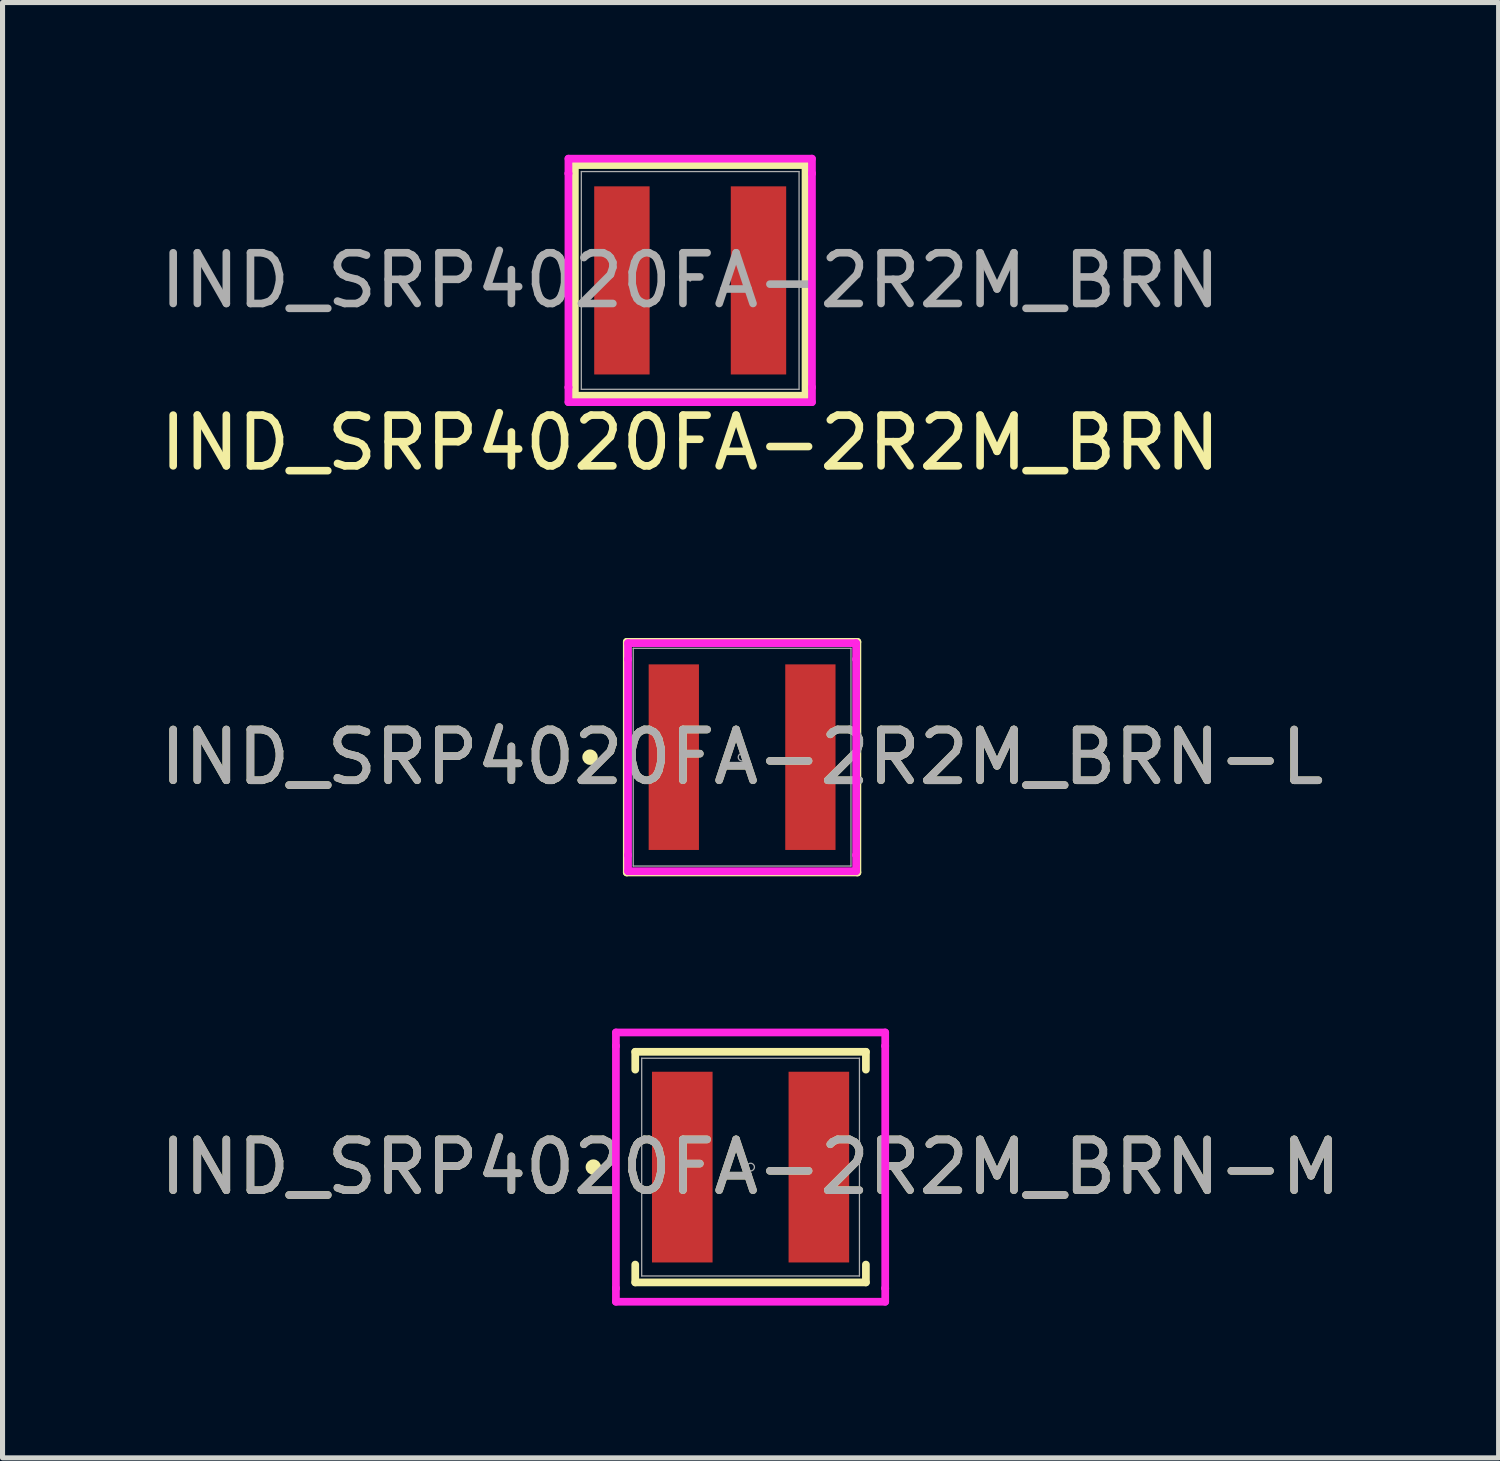
<source format=kicad_pcb>
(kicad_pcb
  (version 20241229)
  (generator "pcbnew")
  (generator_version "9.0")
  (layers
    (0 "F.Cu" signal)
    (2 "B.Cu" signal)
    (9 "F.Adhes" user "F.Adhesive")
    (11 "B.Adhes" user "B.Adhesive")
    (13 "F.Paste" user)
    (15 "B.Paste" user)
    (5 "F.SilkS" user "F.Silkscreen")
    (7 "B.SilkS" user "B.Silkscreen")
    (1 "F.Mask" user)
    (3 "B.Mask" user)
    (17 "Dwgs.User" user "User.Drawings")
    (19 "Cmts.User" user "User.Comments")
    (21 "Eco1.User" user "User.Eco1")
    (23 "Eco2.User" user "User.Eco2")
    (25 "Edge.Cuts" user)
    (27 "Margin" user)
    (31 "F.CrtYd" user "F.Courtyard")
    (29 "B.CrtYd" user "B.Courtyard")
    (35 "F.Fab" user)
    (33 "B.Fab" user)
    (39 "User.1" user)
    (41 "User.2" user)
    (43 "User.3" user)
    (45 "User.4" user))
  (footprint "IND_SRP4020FA-2R2M_BRN"
    (layer "F.Cu")
    (at 10.554 2.477)
    (property "Reference" "IND_SRP4020FA-2R2M_BRN" (at 0 3.2 0) (unlocked yes) (layer "F.SilkS") (effects (font (size 1 1) (thickness 0.15))))
    (attr smd)
    (fp_line (start -2.273 -2.273) (end -2.273 2.273) (stroke (width 0.152) (type solid)) (layer "F.SilkS"))
    (fp_line (start -2.273 2.273) (end 2.273 2.273) (stroke (width 0.152) (type solid)) (layer "F.SilkS"))
    (fp_line (start 2.273 -2.273) (end -2.273 -2.273) (stroke (width 0.152) (type solid)) (layer "F.SilkS"))
    (fp_line (start 2.273 2.273) (end 2.273 -2.273) (stroke (width 0.152) (type solid)) (layer "F.SilkS"))
    (fp_line (start -2.4 -2.4) (end 2.4 -2.4) (stroke (width 0.152) (type solid)) (layer "F.CrtYd"))
    (fp_line (start -2.4 -2.108) (end -2.4 -2.4) (stroke (width 0.152) (type solid)) (layer "F.CrtYd"))
    (fp_line (start -2.4 -2.108) (end -2.4 -2.108) (stroke (width 0.152) (type solid)) (layer "F.CrtYd"))
    (fp_line (start -2.4 2.108) (end -2.4 -2.108) (stroke (width 0.152) (type solid)) (layer "F.CrtYd"))
    (fp_line (start -2.4 2.108) (end -2.4 2.108) (stroke (width 0.152) (type solid)) (layer "F.CrtYd"))
    (fp_line (start -2.4 2.4) (end -2.4 2.108) (stroke (width 0.152) (type solid)) (layer "F.CrtYd"))
    (fp_line (start 2.4 -2.4) (end 2.4 -2.108) (stroke (width 0.152) (type solid)) (layer "F.CrtYd"))
    (fp_line (start 2.4 -2.108) (end 2.4 -2.108) (stroke (width 0.152) (type solid)) (layer "F.CrtYd"))
    (fp_line (start 2.4 -2.108) (end 2.4 2.108) (stroke (width 0.152) (type solid)) (layer "F.CrtYd"))
    (fp_line (start 2.4 2.108) (end 2.4 2.108) (stroke (width 0.152) (type solid)) (layer "F.CrtYd"))
    (fp_line (start 2.4 2.108) (end 2.4 2.4) (stroke (width 0.152) (type solid)) (layer "F.CrtYd"))
    (fp_line (start 2.4 2.4) (end -2.4 2.4) (stroke (width 0.152) (type solid)) (layer "F.CrtYd"))
    (fp_line (start -2.146 -2.146) (end -2.146 2.146) (stroke (width 0.025) (type solid)) (layer "F.Fab"))
    (fp_line (start -2.146 2.146) (end 2.146 2.146) (stroke (width 0.025) (type solid)) (layer "F.Fab"))
    (fp_line (start 2.146 -2.146) (end -2.146 -2.146) (stroke (width 0.025) (type solid)) (layer "F.Fab"))
    (fp_line (start 2.146 2.146) (end 2.146 -2.146) (stroke (width 0.025) (type solid)) (layer "F.Fab"))
    (fp_circle (center 0 0) (end 0 0) (stroke (width 0.025) (type solid)) (fill no) (layer "F.Fab"))
    (fp_text user "${REFERENCE}" (at 0 0 0) (unlocked yes) (layer "F.Fab") (effects (font (size 1 1) (thickness 0.15))))
    (pad "1" smd rect (at -1.346 0) (size 1.092 3.708) (layers "F.Cu" "F.Mask" "F.Paste"))
    (pad "2" smd rect (at 1.346 0) (size 1.092 3.708) (layers "F.Cu" "F.Mask" "F.Paste")))
  (footprint "IND_SRP4020FA-2R2M_BRN-L"
    (layer "F.Cu")
    (at 11.577 11.874)
    (property "Reference" "IND_SRP4020FA-2R2M_BRN-L" (at 0 0 0) (unlocked yes) (layer "F.SilkS") (effects (font (size 1 1) (thickness 0.15))))
    (attr smd)
    (fp_line (start -2.273 -2.273) (end -2.273 2.273) (stroke (width 0.152) (type solid)) (layer "F.SilkS"))
    (fp_line (start -2.273 2.273) (end 2.273 2.273) (stroke (width 0.152) (type solid)) (layer "F.SilkS"))
    (fp_line (start 2.273 -2.273) (end -2.273 -2.273) (stroke (width 0.152) (type solid)) (layer "F.SilkS"))
    (fp_line (start 2.273 2.273) (end 2.273 -2.273) (stroke (width 0.152) (type solid)) (layer "F.SilkS"))
    (fp_circle (center -2.997 0) (end -2.921 0) (stroke (width 0.152) (type solid)) (fill no) (layer "F.SilkS"))
    (fp_line (start -2.248 -2.248) (end 2.248 -2.248) (stroke (width 0.152) (type solid)) (layer "F.CrtYd"))
    (fp_line (start -2.248 -1.93) (end -2.248 -2.248) (stroke (width 0.152) (type solid)) (layer "F.CrtYd"))
    (fp_line (start -2.248 -1.93) (end -2.248 -1.93) (stroke (width 0.152) (type solid)) (layer "F.CrtYd"))
    (fp_line (start -2.248 1.93) (end -2.248 -1.93) (stroke (width 0.152) (type solid)) (layer "F.CrtYd"))
    (fp_line (start -2.248 1.93) (end -2.248 1.93) (stroke (width 0.152) (type solid)) (layer "F.CrtYd"))
    (fp_line (start -2.248 2.248) (end -2.248 1.93) (stroke (width 0.152) (type solid)) (layer "F.CrtYd"))
    (fp_line (start 2.248 -2.248) (end 2.248 -1.93) (stroke (width 0.152) (type solid)) (layer "F.CrtYd"))
    (fp_line (start 2.248 -1.93) (end 2.248 -1.93) (stroke (width 0.152) (type solid)) (layer "F.CrtYd"))
    (fp_line (start 2.248 -1.93) (end 2.248 1.93) (stroke (width 0.152) (type solid)) (layer "F.CrtYd"))
    (fp_line (start 2.248 1.93) (end 2.248 1.93) (stroke (width 0.152) (type solid)) (layer "F.CrtYd"))
    (fp_line (start 2.248 1.93) (end 2.248 2.248) (stroke (width 0.152) (type solid)) (layer "F.CrtYd"))
    (fp_line (start 2.248 2.248) (end -2.248 2.248) (stroke (width 0.152) (type solid)) (layer "F.CrtYd"))
    (fp_line (start -2.146 -2.146) (end -2.146 2.146) (stroke (width 0.025) (type solid)) (layer "F.Fab"))
    (fp_line (start -2.146 2.146) (end 2.146 2.146) (stroke (width 0.025) (type solid)) (layer "F.Fab"))
    (fp_line (start 2.146 -2.146) (end -2.146 -2.146) (stroke (width 0.025) (type solid)) (layer "F.Fab"))
    (fp_line (start 2.146 2.146) (end 2.146 -2.146) (stroke (width 0.025) (type solid)) (layer "F.Fab"))
    (fp_circle (center 0 0) (end 0.076 0) (stroke (width 0.025) (type solid)) (fill no) (layer "F.Fab"))
    (fp_text user "${REFERENCE}" (at 0 0 0) (unlocked yes) (layer "F.Fab") (effects (font (size 1 1) (thickness 0.15))))
    (pad "1" smd rect (at -1.346 0) (size 0.991 3.658) (layers "F.Cu" "F.Mask" "F.Paste"))
    (pad "2" smd rect (at 1.346 0) (size 0.991 3.658) (layers "F.Cu" "F.Mask" "F.Paste")))
  (footprint "IND_SRP4020FA-2R2M_BRN-M"
    (layer "F.Cu")
    (at 11.744 19.954)
    (property "Reference" "IND_SRP4020FA-2R2M_BRN-M" (at 0 0 0) (unlocked yes) (layer "F.SilkS") (effects (font (size 1 1) (thickness 0.15))))
    (attr smd)
    (fp_line (start -2.273 -2.273) (end -2.273 -1.921) (stroke (width 0.152) (type solid)) (layer "F.SilkS"))
    (fp_line (start -2.273 1.921) (end -2.273 2.273) (stroke (width 0.152) (type solid)) (layer "F.SilkS"))
    (fp_line (start -2.273 2.273) (end 2.273 2.273) (stroke (width 0.152) (type solid)) (layer "F.SilkS"))
    (fp_line (start 2.273 -2.273) (end -2.273 -2.273) (stroke (width 0.152) (type solid)) (layer "F.SilkS"))
    (fp_line (start 2.273 -1.921) (end 2.273 -2.273) (stroke (width 0.152) (type solid)) (layer "F.SilkS"))
    (fp_line (start 2.273 2.273) (end 2.273 1.921) (stroke (width 0.152) (type solid)) (layer "F.SilkS"))
    (fp_circle (center -3.099 0) (end -3.023 0) (stroke (width 0.152) (type solid)) (fill no) (layer "F.SilkS"))
    (fp_line (start -2.654 -2.654) (end 2.654 -2.654) (stroke (width 0.152) (type solid)) (layer "F.CrtYd"))
    (fp_line (start -2.654 -2.388) (end -2.654 -2.654) (stroke (width 0.152) (type solid)) (layer "F.CrtYd"))
    (fp_line (start -2.654 -2.388) (end -2.654 -2.388) (stroke (width 0.152) (type solid)) (layer "F.CrtYd"))
    (fp_line (start -2.654 2.388) (end -2.654 -2.388) (stroke (width 0.152) (type solid)) (layer "F.CrtYd"))
    (fp_line (start -2.654 2.388) (end -2.654 2.388) (stroke (width 0.152) (type solid)) (layer "F.CrtYd"))
    (fp_line (start -2.654 2.654) (end -2.654 2.388) (stroke (width 0.152) (type solid)) (layer "F.CrtYd"))
    (fp_line (start 2.654 -2.654) (end 2.654 -2.388) (stroke (width 0.152) (type solid)) (layer "F.CrtYd"))
    (fp_line (start 2.654 -2.388) (end 2.654 -2.388) (stroke (width 0.152) (type solid)) (layer "F.CrtYd"))
    (fp_line (start 2.654 -2.388) (end 2.654 2.388) (stroke (width 0.152) (type solid)) (layer "F.CrtYd"))
    (fp_line (start 2.654 2.388) (end 2.654 2.388) (stroke (width 0.152) (type solid)) (layer "F.CrtYd"))
    (fp_line (start 2.654 2.388) (end 2.654 2.654) (stroke (width 0.152) (type solid)) (layer "F.CrtYd"))
    (fp_line (start 2.654 2.654) (end -2.654 2.654) (stroke (width 0.152) (type solid)) (layer "F.CrtYd"))
    (fp_line (start -2.146 -2.146) (end -2.146 2.146) (stroke (width 0.025) (type solid)) (layer "F.Fab"))
    (fp_line (start -2.146 2.146) (end 2.146 2.146) (stroke (width 0.025) (type solid)) (layer "F.Fab"))
    (fp_line (start 2.146 -2.146) (end -2.146 -2.146) (stroke (width 0.025) (type solid)) (layer "F.Fab"))
    (fp_line (start 2.146 2.146) (end 2.146 -2.146) (stroke (width 0.025) (type solid)) (layer "F.Fab"))
    (fp_circle (center 0 0) (end 0.076 0) (stroke (width 0.025) (type solid)) (fill no) (layer "F.Fab"))
    (fp_text user "${REFERENCE}" (at 0 0 0) (unlocked yes) (layer "F.Fab") (effects (font (size 1 1) (thickness 0.15))))
    (pad "1" smd rect (at -1.346 0) (size 1.194 3.759) (layers "F.Cu" "F.Mask" "F.Paste"))
    (pad "2" smd rect (at 1.346 0) (size 1.194 3.759) (layers "F.Cu" "F.Mask" "F.Paste")))
  (gr_rect
    (start -3 -3)
    (end 26.488 25.685)
    (stroke (width 0.1) (type default))
    (fill no)
    (layer "Edge.Cuts")))
</source>
